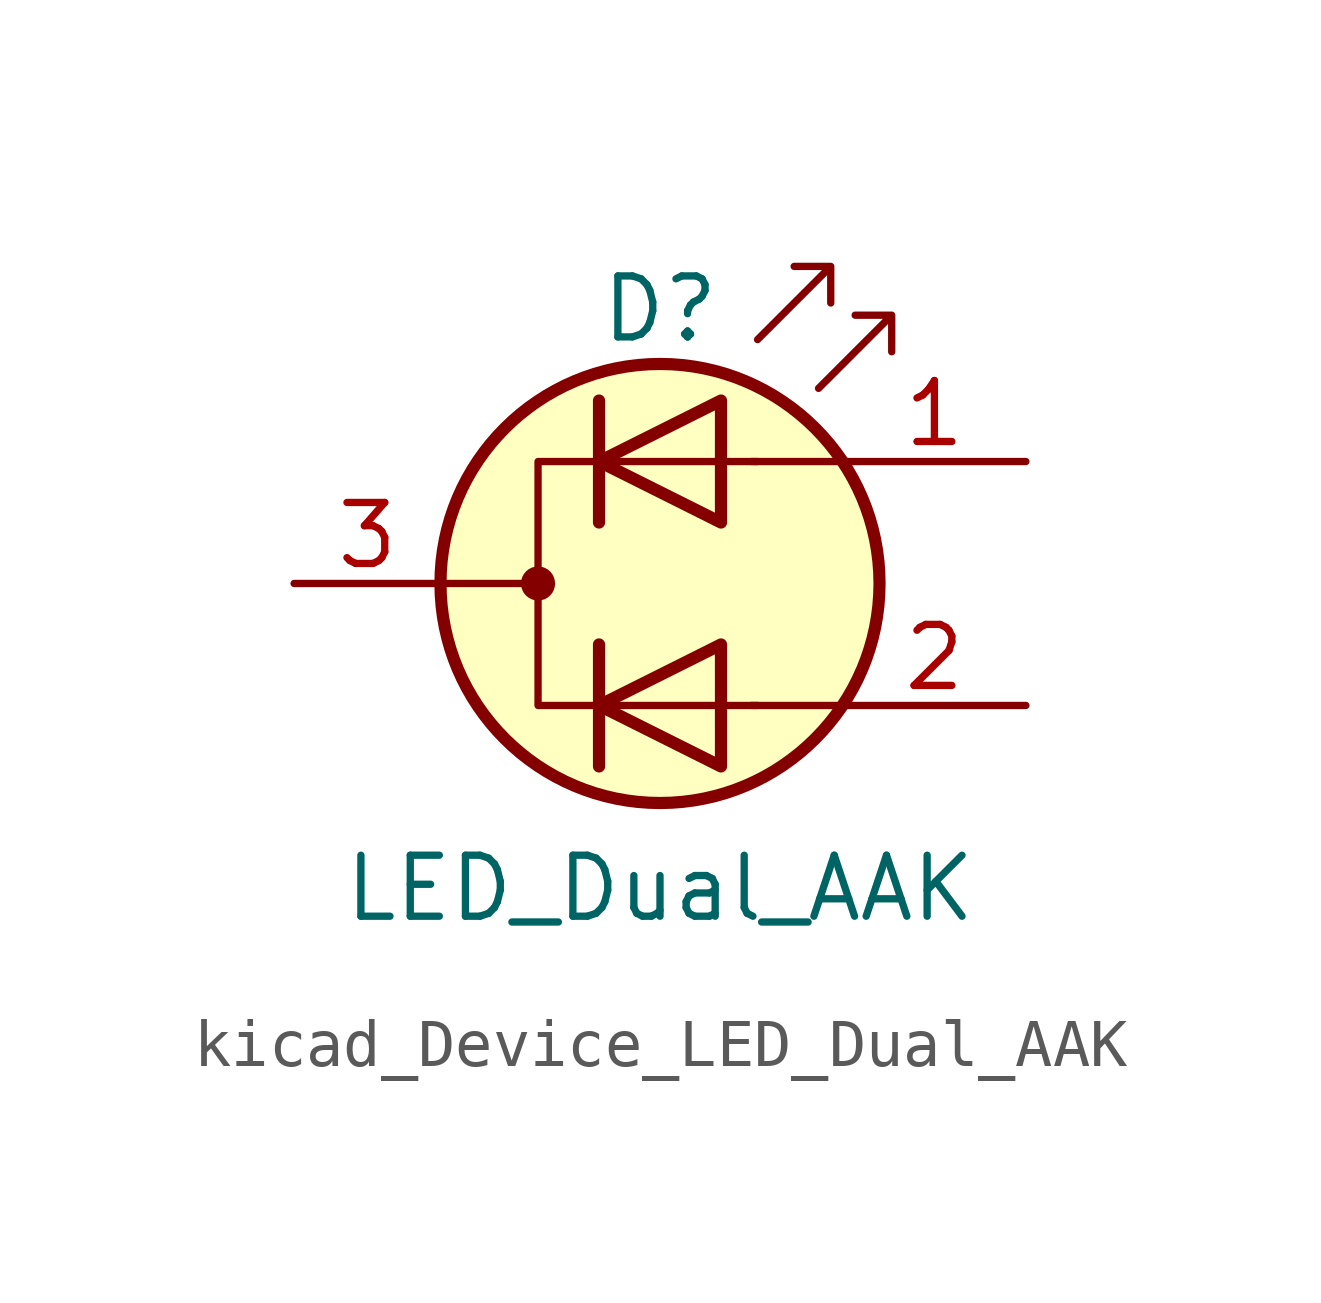
<source format=kicad_sym>
(kicad_symbol_lib
  (version 20220914)
  (generator kicad_symbol_editor)
  (symbol "kicad_Device_LED_Dual_AAK"
    (pin_names
      (offset 0) hide)
    (property "Reference" "D"
      (at 0 5.715 0)
      (effects (font (size 1.27 1.27))))
    (property "Value" "LED_Dual_AAK"
      (at 0 -6.35 0)
      (effects (font (size 1.27 1.27))))
    (symbol "kicad_Device_LED_Dual_AAK_0_1"
      (circle (center -2.54 0) (radius 0.279) (stroke (width 0) (type default)) (fill (type outline)))
      (polyline (pts (xy -4.572 0) (xy -2.54 0)) (stroke (width 0) (type default)) (fill (type none)))
      (polyline (pts (xy -1.27 -1.27) (xy -1.27 -3.81)) (stroke (width 0.254) (type default)) (fill (type none)))
      (polyline (pts (xy -1.27 1.27) (xy -1.27 3.81)) (stroke (width 0.254) (type default)) (fill (type none)))
      (polyline (pts (xy 3.81 -2.54) (xy 1.905 -2.54)) (stroke (width 0) (type default)) (fill (type none)))
      (polyline (pts (xy 3.81 2.54) (xy 1.905 2.54)) (stroke (width 0) (type default)) (fill (type none)))
      (polyline (pts (xy 1.27 -3.81) (xy 1.27 -1.27) (xy -1.27 -2.54) (xy 1.27 -3.81)) (stroke (width 0.254) (type default)) (fill (type none)))
      (polyline (pts (xy 1.27 1.27) (xy 1.27 3.81) (xy -1.27 2.54) (xy 1.27 1.27)) (stroke (width 0.254) (type default)) (fill (type none)))
      (polyline (pts (xy 2.032 2.54) (xy -2.54 2.54) (xy -2.54 -2.54) (xy 2.032 -2.54)) (stroke (width 0) (type default)) (fill (type none)))
      (polyline (pts (xy 2.032 5.08) (xy 3.556 6.604) (xy 2.794 6.604) (xy 3.556 6.604) (xy 3.556 5.842)) (stroke (width 0) (type default)) (fill (type none)))
      (polyline (pts (xy 3.302 4.064) (xy 4.826 5.588) (xy 4.064 5.588) (xy 4.826 5.588) (xy 4.826 4.826)) (stroke (width 0) (type default)) (fill (type none)))
      (circle (center 0 0) (radius 4.572) (stroke (width 0.254) (type default)) (fill (type background))))
    (symbol "kicad_Device_LED_Dual_AAK_1_1"
      (pin input line (at 7.62 2.54 180) (length 3.81) (name "A1" (effects (font (size 1.27 1.27)))) (number "1" (effects (font (size 1.27 1.27)))))
      (pin input line (at 7.62 -2.54 180) (length 3.81) (name "A2" (effects (font (size 1.27 1.27)))) (number "2" (effects (font (size 1.27 1.27)))))
      (pin input line (at -7.62 0 0) (length 3.048) (name "K" (effects (font (size 1.27 1.27)))) (number "3" (effects (font (size 1.27 1.27))))))))
</source>
